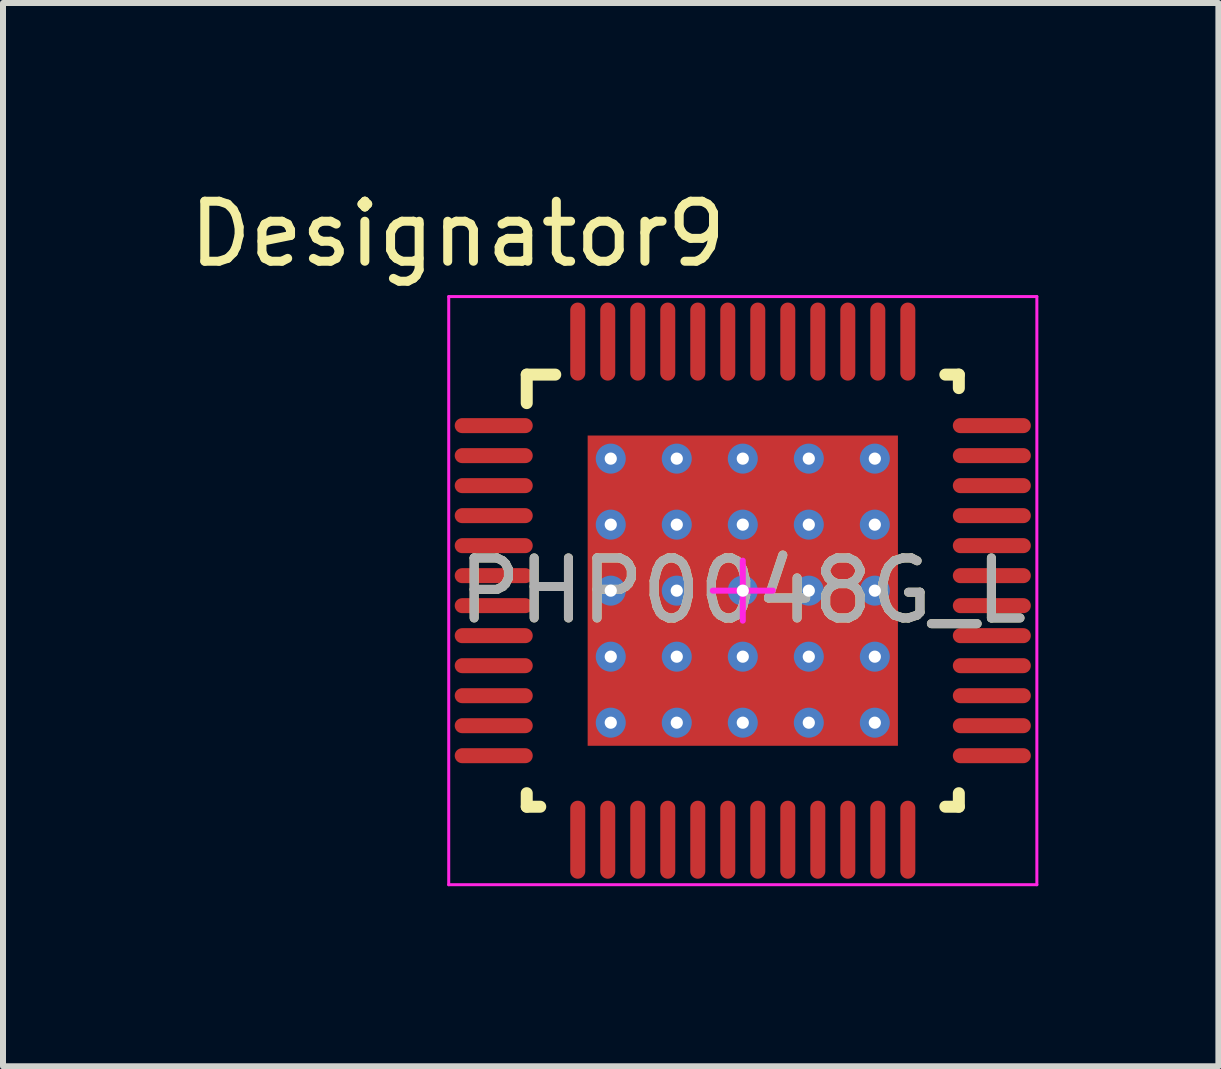
<source format=kicad_pcb>
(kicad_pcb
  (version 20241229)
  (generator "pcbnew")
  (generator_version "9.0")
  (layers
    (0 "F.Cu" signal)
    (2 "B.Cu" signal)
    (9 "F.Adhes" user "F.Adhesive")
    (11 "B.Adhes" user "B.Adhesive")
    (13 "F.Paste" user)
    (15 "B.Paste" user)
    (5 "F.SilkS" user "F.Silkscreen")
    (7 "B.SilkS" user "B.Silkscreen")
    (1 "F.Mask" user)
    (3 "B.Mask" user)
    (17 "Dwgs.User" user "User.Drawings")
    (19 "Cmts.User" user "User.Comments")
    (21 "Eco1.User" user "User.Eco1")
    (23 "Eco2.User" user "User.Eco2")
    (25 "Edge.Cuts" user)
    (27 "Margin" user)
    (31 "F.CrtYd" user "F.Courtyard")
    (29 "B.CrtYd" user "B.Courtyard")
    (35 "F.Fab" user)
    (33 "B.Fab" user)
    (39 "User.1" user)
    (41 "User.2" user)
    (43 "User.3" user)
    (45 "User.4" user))
  (footprint "PHP0048G_L"
    (layer "F.Cu")
    (at 9.327 6.792)
    (property "Reference" "PHP0048G_L" (at 0 0 0) (unlocked yes) (layer "F.SilkS") (effects (font (size 1 1) (thickness 0.15))))
    (attr smd)
    (fp_line (start -3.6 -3.6) (end -3.125 -3.6) (stroke (width 0.2) (type solid)) (layer "F.SilkS"))
    (fp_line (start -3.6 -3.125) (end -3.6 -3.6) (stroke (width 0.2) (type solid)) (layer "F.SilkS"))
    (fp_line (start -3.6 3.6) (end -3.6 3.375) (stroke (width 0.2) (type solid)) (layer "F.SilkS"))
    (fp_line (start -3.6 3.6) (end -3.375 3.6) (stroke (width 0.2) (type solid)) (layer "F.SilkS"))
    (fp_line (start 3.375 -3.6) (end 3.6 -3.6) (stroke (width 0.2) (type solid)) (layer "F.SilkS"))
    (fp_line (start 3.375 3.6) (end 3.6 3.6) (stroke (width 0.2) (type solid)) (layer "F.SilkS"))
    (fp_line (start 3.6 -3.375) (end 3.6 -3.6) (stroke (width 0.2) (type solid)) (layer "F.SilkS"))
    (fp_line (start 3.6 3.6) (end 3.6 3.375) (stroke (width 0.2) (type solid)) (layer "F.SilkS"))
    (fp_line (start -4.9 -4.9) (end 4.9 -4.9) (stroke (width 0.05) (type solid)) (layer "F.CrtYd"))
    (fp_line (start -4.9 4.9) (end -4.9 -4.9) (stroke (width 0.05) (type solid)) (layer "F.CrtYd"))
    (fp_line (start -4.9 4.9) (end 4.9 4.9) (stroke (width 0.05) (type solid)) (layer "F.CrtYd"))
    (fp_line (start -0.5 0) (end 0.5 0) (stroke (width 0.1) (type solid)) (layer "F.CrtYd"))
    (fp_line (start 0 0.5) (end 0 -0.5) (stroke (width 0.1) (type solid)) (layer "F.CrtYd"))
    (fp_line (start 4.9 4.9) (end 4.9 -4.9) (stroke (width 0.05) (type solid)) (layer "F.CrtYd"))
    (fp_text user "Designator9" (at -4.75 -5.944 0) (unlocked yes) (layer "F.SilkS") (effects (font (size 1 1) (thickness 0.15))))
    (fp_text user "${REFERENCE}" (at 0 0 0) (unlocked yes) (layer "F.Fab") (effects (font (size 1 1) (thickness 0.15))))
    (pad "1" smd oval (at -4.15 -2.75 90) (size 0.25 1.3) (layers "F.Cu" "F.Mask" "F.Paste"))
    (pad "2" smd oval (at -4.15 -2.25 90) (size 0.25 1.3) (layers "F.Cu" "F.Mask" "F.Paste"))
    (pad "3" smd oval (at -4.15 -1.75 90) (size 0.25 1.3) (layers "F.Cu" "F.Mask" "F.Paste"))
    (pad "4" smd oval (at -4.15 -1.25 90) (size 0.25 1.3) (layers "F.Cu" "F.Mask" "F.Paste"))
    (pad "5" smd oval (at -4.15 -0.75 90) (size 0.25 1.3) (layers "F.Cu" "F.Mask" "F.Paste"))
    (pad "6" smd oval (at -4.15 -0.25 90) (size 0.25 1.3) (layers "F.Cu" "F.Mask" "F.Paste"))
    (pad "7" smd oval (at -4.15 0.25 90) (size 0.25 1.3) (layers "F.Cu" "F.Mask" "F.Paste"))
    (pad "8" smd oval (at -4.15 0.75 90) (size 0.25 1.3) (layers "F.Cu" "F.Mask" "F.Paste"))
    (pad "9" smd oval (at -4.15 1.25 90) (size 0.25 1.3) (layers "F.Cu" "F.Mask" "F.Paste"))
    (pad "10" smd oval (at -4.15 1.75 90) (size 0.25 1.3) (layers "F.Cu" "F.Mask" "F.Paste"))
    (pad "11" smd oval (at -4.15 2.25 90) (size 0.25 1.3) (layers "F.Cu" "F.Mask" "F.Paste"))
    (pad "12" smd oval (at -4.15 2.75 90) (size 0.25 1.3) (layers "F.Cu" "F.Mask" "F.Paste"))
    (pad "13" smd oval (at -2.75 4.15) (size 0.25 1.3) (layers "F.Cu" "F.Mask" "F.Paste"))
    (pad "14" smd oval (at -2.25 4.15) (size 0.25 1.3) (layers "F.Cu" "F.Mask" "F.Paste"))
    (pad "15" smd oval (at -1.75 4.15) (size 0.25 1.3) (layers "F.Cu" "F.Mask" "F.Paste"))
    (pad "16" smd oval (at -1.25 4.15) (size 0.25 1.3) (layers "F.Cu" "F.Mask" "F.Paste"))
    (pad "17" smd oval (at -0.75 4.15) (size 0.25 1.3) (layers "F.Cu" "F.Mask" "F.Paste"))
    (pad "18" smd oval (at -0.25 4.15) (size 0.25 1.3) (layers "F.Cu" "F.Mask" "F.Paste"))
    (pad "19" smd oval (at 0.25 4.15) (size 0.25 1.3) (layers "F.Cu" "F.Mask" "F.Paste"))
    (pad "20" smd oval (at 0.75 4.15) (size 0.25 1.3) (layers "F.Cu" "F.Mask" "F.Paste"))
    (pad "21" smd oval (at 1.25 4.15) (size 0.25 1.3) (layers "F.Cu" "F.Mask" "F.Paste"))
    (pad "22" smd oval (at 1.75 4.15) (size 0.25 1.3) (layers "F.Cu" "F.Mask" "F.Paste"))
    (pad "23" smd oval (at 2.25 4.15) (size 0.25 1.3) (layers "F.Cu" "F.Mask" "F.Paste"))
    (pad "24" smd oval (at 2.75 4.15) (size 0.25 1.3) (layers "F.Cu" "F.Mask" "F.Paste"))
    (pad "25" smd oval (at 4.15 2.75 90) (size 0.25 1.3) (layers "F.Cu" "F.Mask" "F.Paste"))
    (pad "26" smd oval (at 4.15 2.25 90) (size 0.25 1.3) (layers "F.Cu" "F.Mask" "F.Paste"))
    (pad "27" smd oval (at 4.15 1.75 90) (size 0.25 1.3) (layers "F.Cu" "F.Mask" "F.Paste"))
    (pad "28" smd oval (at 4.15 1.25 90) (size 0.25 1.3) (layers "F.Cu" "F.Mask" "F.Paste"))
    (pad "29" smd oval (at 4.15 0.75 90) (size 0.25 1.3) (layers "F.Cu" "F.Mask" "F.Paste"))
    (pad "30" smd oval (at 4.15 0.25 90) (size 0.25 1.3) (layers "F.Cu" "F.Mask" "F.Paste"))
    (pad "31" smd oval (at 4.15 -0.25 90) (size 0.25 1.3) (layers "F.Cu" "F.Mask" "F.Paste"))
    (pad "32" smd oval (at 4.15 -0.75 90) (size 0.25 1.3) (layers "F.Cu" "F.Mask" "F.Paste"))
    (pad "33" smd oval (at 4.15 -1.25 90) (size 0.25 1.3) (layers "F.Cu" "F.Mask" "F.Paste"))
    (pad "34" smd oval (at 4.15 -1.75 90) (size 0.25 1.3) (layers "F.Cu" "F.Mask" "F.Paste"))
    (pad "35" smd oval (at 4.15 -2.25 90) (size 0.25 1.3) (layers "F.Cu" "F.Mask" "F.Paste"))
    (pad "36" smd oval (at 4.15 -2.75 90) (size 0.25 1.3) (layers "F.Cu" "F.Mask" "F.Paste"))
    (pad "37" smd oval (at 2.75 -4.15) (size 0.25 1.3) (layers "F.Cu" "F.Mask" "F.Paste"))
    (pad "38" smd oval (at 2.25 -4.15) (size 0.25 1.3) (layers "F.Cu" "F.Mask" "F.Paste"))
    (pad "39" smd oval (at 1.75 -4.15) (size 0.25 1.3) (layers "F.Cu" "F.Mask" "F.Paste"))
    (pad "40" smd oval (at 1.25 -4.15) (size 0.25 1.3) (layers "F.Cu" "F.Mask" "F.Paste"))
    (pad "41" smd oval (at 0.75 -4.15) (size 0.25 1.3) (layers "F.Cu" "F.Mask" "F.Paste"))
    (pad "42" smd oval (at 0.25 -4.15) (size 0.25 1.3) (layers "F.Cu" "F.Mask" "F.Paste"))
    (pad "43" smd oval (at -0.25 -4.15) (size 0.25 1.3) (layers "F.Cu" "F.Mask" "F.Paste"))
    (pad "44" smd oval (at -0.75 -4.15) (size 0.25 1.3) (layers "F.Cu" "F.Mask" "F.Paste"))
    (pad "45" smd oval (at -1.25 -4.15) (size 0.25 1.3) (layers "F.Cu" "F.Mask" "F.Paste"))
    (pad "46" smd oval (at -1.75 -4.15) (size 0.25 1.3) (layers "F.Cu" "F.Mask" "F.Paste"))
    (pad "47" smd oval (at -2.25 -4.15) (size 0.25 1.3) (layers "F.Cu" "F.Mask" "F.Paste"))
    (pad "48" smd oval (at -2.75 -4.15) (size 0.25 1.3) (layers "F.Cu" "F.Mask" "F.Paste"))
    (pad "49" smd rect (at 0 -0.000003) (size 5.17 5.17) (layers "F.Cu" "F.Mask" "F.Paste"))
    (pad "V" thru_hole circle (at -2.2 -2.2) (size 0.5 0.5) (drill 0.203) (layers "*.Cu" "*.Mask"))
    (pad "V" thru_hole circle (at -2.2 -1.1) (size 0.5 0.5) (drill 0.203) (layers "*.Cu" "*.Mask"))
    (pad "V" thru_hole circle (at -2.2 0) (size 0.5 0.5) (drill 0.203) (layers "*.Cu" "*.Mask"))
    (pad "V" thru_hole circle (at -2.2 1.1) (size 0.5 0.5) (drill 0.203) (layers "*.Cu" "*.Mask"))
    (pad "V" thru_hole circle (at -2.2 2.2) (size 0.5 0.5) (drill 0.203) (layers "*.Cu" "*.Mask"))
    (pad "V" thru_hole circle (at -1.1 -2.2) (size 0.5 0.5) (drill 0.203) (layers "*.Cu" "*.Mask"))
    (pad "V" thru_hole circle (at -1.1 -1.1) (size 0.5 0.5) (drill 0.203) (layers "*.Cu" "*.Mask"))
    (pad "V" thru_hole circle (at -1.1 0) (size 0.5 0.5) (drill 0.203) (layers "*.Cu" "*.Mask"))
    (pad "V" thru_hole circle (at -1.1 1.1) (size 0.5 0.5) (drill 0.203) (layers "*.Cu" "*.Mask"))
    (pad "V" thru_hole circle (at -1.1 2.2) (size 0.5 0.5) (drill 0.203) (layers "*.Cu" "*.Mask"))
    (pad "V" thru_hole circle (at 0 -2.2) (size 0.5 0.5) (drill 0.203) (layers "*.Cu" "*.Mask"))
    (pad "V" thru_hole circle (at 0 -1.1) (size 0.5 0.5) (drill 0.203) (layers "*.Cu" "*.Mask"))
    (pad "V" thru_hole circle (at 0 0) (size 0.5 0.5) (drill 0.203) (layers "*.Cu" "*.Mask"))
    (pad "V" thru_hole circle (at 0 1.1) (size 0.5 0.5) (drill 0.203) (layers "*.Cu" "*.Mask"))
    (pad "V" thru_hole circle (at 0 2.2) (size 0.5 0.5) (drill 0.203) (layers "*.Cu" "*.Mask"))
    (pad "V" thru_hole circle (at 1.1 -2.2) (size 0.5 0.5) (drill 0.203) (layers "*.Cu" "*.Mask"))
    (pad "V" thru_hole circle (at 1.1 -1.1) (size 0.5 0.5) (drill 0.203) (layers "*.Cu" "*.Mask"))
    (pad "V" thru_hole circle (at 1.1 0) (size 0.5 0.5) (drill 0.203) (layers "*.Cu" "*.Mask"))
    (pad "V" thru_hole circle (at 1.1 1.1) (size 0.5 0.5) (drill 0.203) (layers "*.Cu" "*.Mask"))
    (pad "V" thru_hole circle (at 1.1 2.2) (size 0.5 0.5) (drill 0.203) (layers "*.Cu" "*.Mask"))
    (pad "V" thru_hole circle (at 2.2 -2.2) (size 0.5 0.5) (drill 0.203) (layers "*.Cu" "*.Mask"))
    (pad "V" thru_hole circle (at 2.2 -1.1) (size 0.5 0.5) (drill 0.203) (layers "*.Cu" "*.Mask"))
    (pad "V" thru_hole circle (at 2.2 0) (size 0.5 0.5) (drill 0.203) (layers "*.Cu" "*.Mask"))
    (pad "V" thru_hole circle (at 2.2 1.1) (size 0.5 0.5) (drill 0.203) (layers "*.Cu" "*.Mask"))
    (pad "V" thru_hole circle (at 2.2 2.2) (size 0.5 0.5) (drill 0.203) (layers "*.Cu" "*.Mask")))
  (gr_rect
    (start -3 -3)
    (end 17.252 14.717)
    (stroke (width 0.1) (type default))
    (fill no)
    (layer "Edge.Cuts")))
</source>
